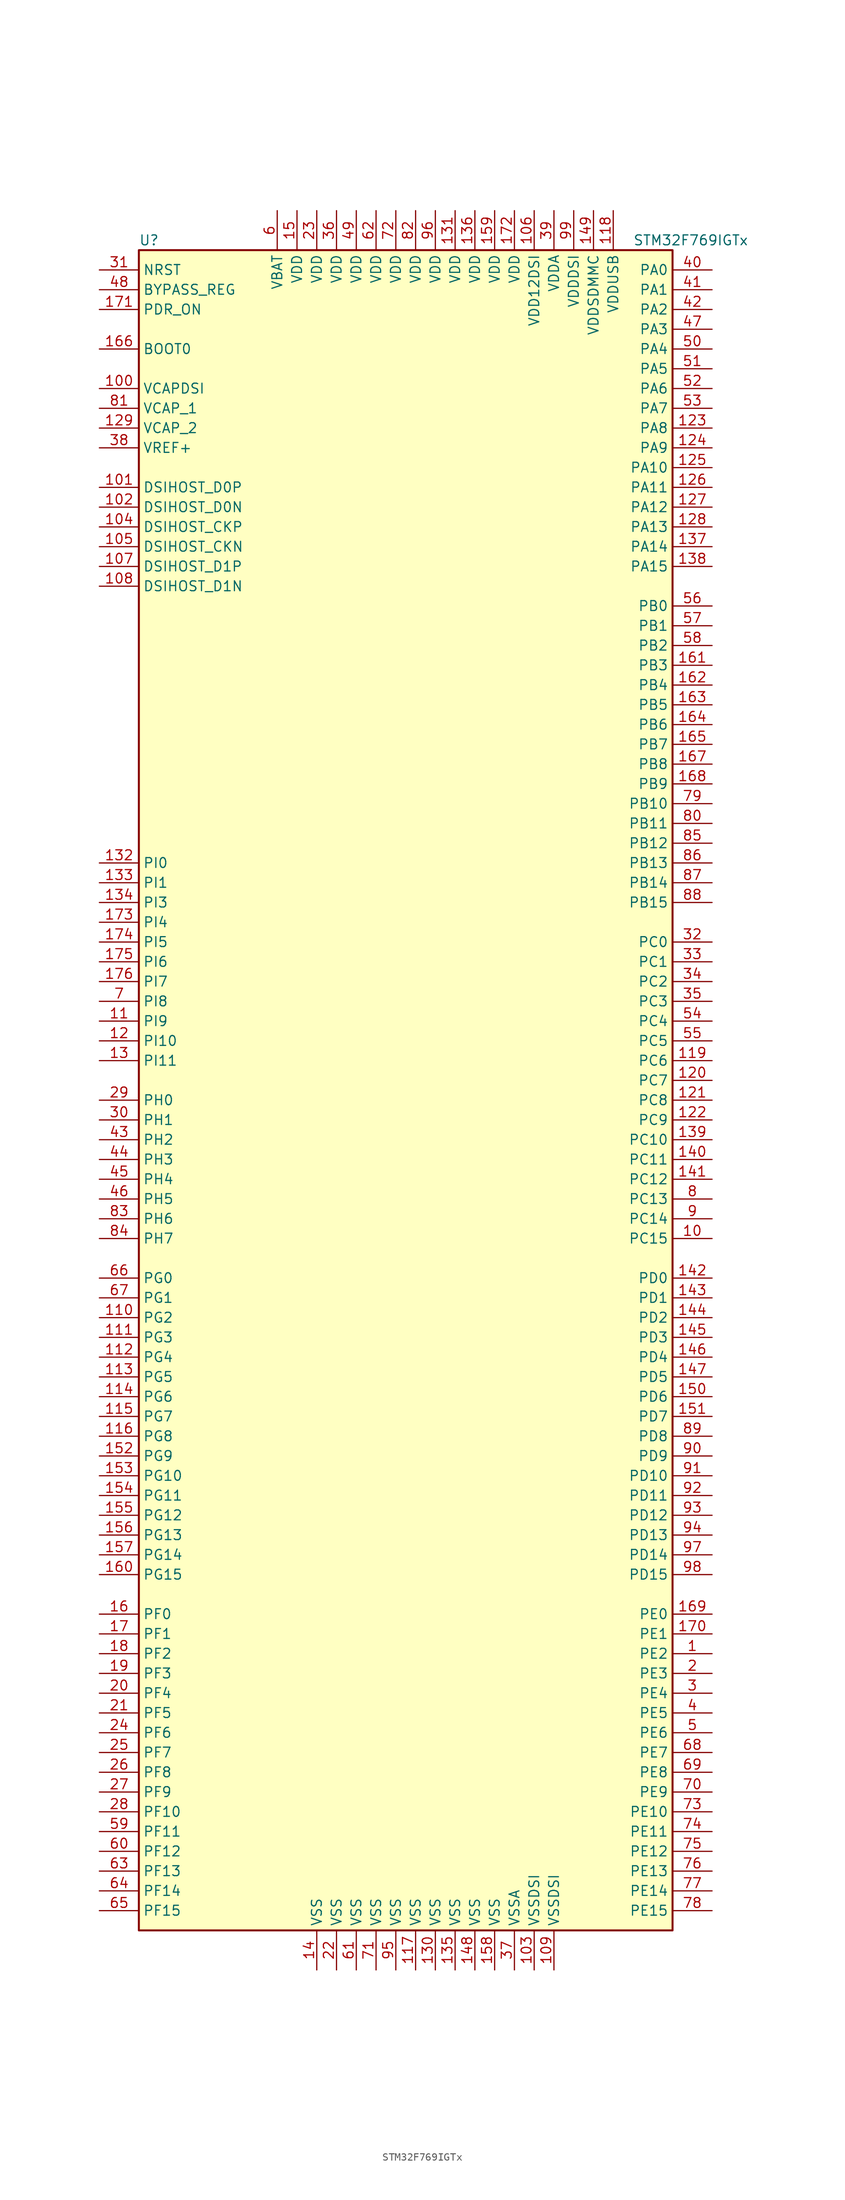
<source format=kicad_sym>
(kicad_symbol_lib
  (version 20211014)
  (generator kicad_symbol_editor)
  (symbol "STM32F769IGTx"
    (property "Reference" "U"
      (at -35.56 107.95 0)
      (effects (font (size 1.27 1.27)) (justify left)))
    (property "Value" "STM32F769IGTx"
      (at 27.94 107.95 0)
      (effects (font (size 1.27 1.27)) (justify left)))
    (symbol "STM32F769IGTx_0_1"
      (rectangle (start -35.56 -109.22) (end 33.02 106.68) (stroke (width 0.254) (type default) (color 0 0 0 0)) (fill (type background))))
    (symbol "STM32F769IGTx_1_1"
      (pin bidirectional line (at 38.1 -73.66 180) (length 5.08) (name "PE2" (effects (font (size 1.27 1.27)))) (number "1" (effects (font (size 1.27 1.27)))))
      (pin bidirectional line (at 38.1 -20.32 180) (length 5.08) (name "PC15" (effects (font (size 1.27 1.27)))) (number "10" (effects (font (size 1.27 1.27)))))
      (pin power_in line (at -40.64 88.9 0) (length 5.08) (name "VCAPDSI" (effects (font (size 1.27 1.27)))) (number "100" (effects (font (size 1.27 1.27)))))
      (pin bidirectional line (at -40.64 76.2 0) (length 5.08) (name "DSIHOST_D0P" (effects (font (size 1.27 1.27)))) (number "101" (effects (font (size 1.27 1.27)))))
      (pin bidirectional line (at -40.64 73.66 0) (length 5.08) (name "DSIHOST_D0N" (effects (font (size 1.27 1.27)))) (number "102" (effects (font (size 1.27 1.27)))))
      (pin power_in line (at 15.24 -114.3 90) (length 5.08) (name "VSSDSI" (effects (font (size 1.27 1.27)))) (number "103" (effects (font (size 1.27 1.27)))))
      (pin bidirectional line (at -40.64 71.12 0) (length 5.08) (name "DSIHOST_CKP" (effects (font (size 1.27 1.27)))) (number "104" (effects (font (size 1.27 1.27)))))
      (pin bidirectional line (at -40.64 68.58 0) (length 5.08) (name "DSIHOST_CKN" (effects (font (size 1.27 1.27)))) (number "105" (effects (font (size 1.27 1.27)))))
      (pin power_in line (at 15.24 111.76 270) (length 5.08) (name "VDD12DSI" (effects (font (size 1.27 1.27)))) (number "106" (effects (font (size 1.27 1.27)))))
      (pin bidirectional line (at -40.64 66.04 0) (length 5.08) (name "DSIHOST_D1P" (effects (font (size 1.27 1.27)))) (number "107" (effects (font (size 1.27 1.27)))))
      (pin bidirectional line (at -40.64 63.5 0) (length 5.08) (name "DSIHOST_D1N" (effects (font (size 1.27 1.27)))) (number "108" (effects (font (size 1.27 1.27)))))
      (pin power_in line (at 17.78 -114.3 90) (length 5.08) (name "VSSDSI" (effects (font (size 1.27 1.27)))) (number "109" (effects (font (size 1.27 1.27)))))
      (pin bidirectional line (at -40.64 7.62 0) (length 5.08) (name "PI9" (effects (font (size 1.27 1.27)))) (number "11" (effects (font (size 1.27 1.27)))))
      (pin bidirectional line (at -40.64 -30.48 0) (length 5.08) (name "PG2" (effects (font (size 1.27 1.27)))) (number "110" (effects (font (size 1.27 1.27)))))
      (pin bidirectional line (at -40.64 -33.02 0) (length 5.08) (name "PG3" (effects (font (size 1.27 1.27)))) (number "111" (effects (font (size 1.27 1.27)))))
      (pin bidirectional line (at -40.64 -35.56 0) (length 5.08) (name "PG4" (effects (font (size 1.27 1.27)))) (number "112" (effects (font (size 1.27 1.27)))))
      (pin bidirectional line (at -40.64 -38.1 0) (length 5.08) (name "PG5" (effects (font (size 1.27 1.27)))) (number "113" (effects (font (size 1.27 1.27)))))
      (pin bidirectional line (at -40.64 -40.64 0) (length 5.08) (name "PG6" (effects (font (size 1.27 1.27)))) (number "114" (effects (font (size 1.27 1.27)))))
      (pin bidirectional line (at -40.64 -43.18 0) (length 5.08) (name "PG7" (effects (font (size 1.27 1.27)))) (number "115" (effects (font (size 1.27 1.27)))))
      (pin bidirectional line (at -40.64 -45.72 0) (length 5.08) (name "PG8" (effects (font (size 1.27 1.27)))) (number "116" (effects (font (size 1.27 1.27)))))
      (pin power_in line (at 0 -114.3 90) (length 5.08) (name "VSS" (effects (font (size 1.27 1.27)))) (number "117" (effects (font (size 1.27 1.27)))))
      (pin power_in line (at 25.4 111.76 270) (length 5.08) (name "VDDUSB" (effects (font (size 1.27 1.27)))) (number "118" (effects (font (size 1.27 1.27)))))
      (pin bidirectional line (at 38.1 2.54 180) (length 5.08) (name "PC6" (effects (font (size 1.27 1.27)))) (number "119" (effects (font (size 1.27 1.27)))))
      (pin bidirectional line (at -40.64 5.08 0) (length 5.08) (name "PI10" (effects (font (size 1.27 1.27)))) (number "12" (effects (font (size 1.27 1.27)))))
      (pin bidirectional line (at 38.1 0 180) (length 5.08) (name "PC7" (effects (font (size 1.27 1.27)))) (number "120" (effects (font (size 1.27 1.27)))))
      (pin bidirectional line (at 38.1 -2.54 180) (length 5.08) (name "PC8" (effects (font (size 1.27 1.27)))) (number "121" (effects (font (size 1.27 1.27)))))
      (pin bidirectional line (at 38.1 -5.08 180) (length 5.08) (name "PC9" (effects (font (size 1.27 1.27)))) (number "122" (effects (font (size 1.27 1.27)))))
      (pin bidirectional line (at 38.1 83.82 180) (length 5.08) (name "PA8" (effects (font (size 1.27 1.27)))) (number "123" (effects (font (size 1.27 1.27)))))
      (pin bidirectional line (at 38.1 81.28 180) (length 5.08) (name "PA9" (effects (font (size 1.27 1.27)))) (number "124" (effects (font (size 1.27 1.27)))))
      (pin bidirectional line (at 38.1 78.74 180) (length 5.08) (name "PA10" (effects (font (size 1.27 1.27)))) (number "125" (effects (font (size 1.27 1.27)))))
      (pin bidirectional line (at 38.1 76.2 180) (length 5.08) (name "PA11" (effects (font (size 1.27 1.27)))) (number "126" (effects (font (size 1.27 1.27)))))
      (pin bidirectional line (at 38.1 73.66 180) (length 5.08) (name "PA12" (effects (font (size 1.27 1.27)))) (number "127" (effects (font (size 1.27 1.27)))))
      (pin bidirectional line (at 38.1 71.12 180) (length 5.08) (name "PA13" (effects (font (size 1.27 1.27)))) (number "128" (effects (font (size 1.27 1.27)))))
      (pin power_in line (at -40.64 83.82 0) (length 5.08) (name "VCAP_2" (effects (font (size 1.27 1.27)))) (number "129" (effects (font (size 1.27 1.27)))))
      (pin bidirectional line (at -40.64 2.54 0) (length 5.08) (name "PI11" (effects (font (size 1.27 1.27)))) (number "13" (effects (font (size 1.27 1.27)))))
      (pin power_in line (at 2.54 -114.3 90) (length 5.08) (name "VSS" (effects (font (size 1.27 1.27)))) (number "130" (effects (font (size 1.27 1.27)))))
      (pin power_in line (at 5.08 111.76 270) (length 5.08) (name "VDD" (effects (font (size 1.27 1.27)))) (number "131" (effects (font (size 1.27 1.27)))))
      (pin bidirectional line (at -40.64 27.94 0) (length 5.08) (name "PI0" (effects (font (size 1.27 1.27)))) (number "132" (effects (font (size 1.27 1.27)))))
      (pin bidirectional line (at -40.64 25.4 0) (length 5.08) (name "PI1" (effects (font (size 1.27 1.27)))) (number "133" (effects (font (size 1.27 1.27)))))
      (pin bidirectional line (at -40.64 22.86 0) (length 5.08) (name "PI3" (effects (font (size 1.27 1.27)))) (number "134" (effects (font (size 1.27 1.27)))))
      (pin power_in line (at 5.08 -114.3 90) (length 5.08) (name "VSS" (effects (font (size 1.27 1.27)))) (number "135" (effects (font (size 1.27 1.27)))))
      (pin power_in line (at 7.62 111.76 270) (length 5.08) (name "VDD" (effects (font (size 1.27 1.27)))) (number "136" (effects (font (size 1.27 1.27)))))
      (pin bidirectional line (at 38.1 68.58 180) (length 5.08) (name "PA14" (effects (font (size 1.27 1.27)))) (number "137" (effects (font (size 1.27 1.27)))))
      (pin bidirectional line (at 38.1 66.04 180) (length 5.08) (name "PA15" (effects (font (size 1.27 1.27)))) (number "138" (effects (font (size 1.27 1.27)))))
      (pin bidirectional line (at 38.1 -7.62 180) (length 5.08) (name "PC10" (effects (font (size 1.27 1.27)))) (number "139" (effects (font (size 1.27 1.27)))))
      (pin power_in line (at -12.7 -114.3 90) (length 5.08) (name "VSS" (effects (font (size 1.27 1.27)))) (number "14" (effects (font (size 1.27 1.27)))))
      (pin bidirectional line (at 38.1 -10.16 180) (length 5.08) (name "PC11" (effects (font (size 1.27 1.27)))) (number "140" (effects (font (size 1.27 1.27)))))
      (pin bidirectional line (at 38.1 -12.7 180) (length 5.08) (name "PC12" (effects (font (size 1.27 1.27)))) (number "141" (effects (font (size 1.27 1.27)))))
      (pin bidirectional line (at 38.1 -25.4 180) (length 5.08) (name "PD0" (effects (font (size 1.27 1.27)))) (number "142" (effects (font (size 1.27 1.27)))))
      (pin bidirectional line (at 38.1 -27.94 180) (length 5.08) (name "PD1" (effects (font (size 1.27 1.27)))) (number "143" (effects (font (size 1.27 1.27)))))
      (pin bidirectional line (at 38.1 -30.48 180) (length 5.08) (name "PD2" (effects (font (size 1.27 1.27)))) (number "144" (effects (font (size 1.27 1.27)))))
      (pin bidirectional line (at 38.1 -33.02 180) (length 5.08) (name "PD3" (effects (font (size 1.27 1.27)))) (number "145" (effects (font (size 1.27 1.27)))))
      (pin bidirectional line (at 38.1 -35.56 180) (length 5.08) (name "PD4" (effects (font (size 1.27 1.27)))) (number "146" (effects (font (size 1.27 1.27)))))
      (pin bidirectional line (at 38.1 -38.1 180) (length 5.08) (name "PD5" (effects (font (size 1.27 1.27)))) (number "147" (effects (font (size 1.27 1.27)))))
      (pin power_in line (at 7.62 -114.3 90) (length 5.08) (name "VSS" (effects (font (size 1.27 1.27)))) (number "148" (effects (font (size 1.27 1.27)))))
      (pin power_in line (at 22.86 111.76 270) (length 5.08) (name "VDDSDMMC" (effects (font (size 1.27 1.27)))) (number "149" (effects (font (size 1.27 1.27)))))
      (pin power_in line (at -15.24 111.76 270) (length 5.08) (name "VDD" (effects (font (size 1.27 1.27)))) (number "15" (effects (font (size 1.27 1.27)))))
      (pin bidirectional line (at 38.1 -40.64 180) (length 5.08) (name "PD6" (effects (font (size 1.27 1.27)))) (number "150" (effects (font (size 1.27 1.27)))))
      (pin bidirectional line (at 38.1 -43.18 180) (length 5.08) (name "PD7" (effects (font (size 1.27 1.27)))) (number "151" (effects (font (size 1.27 1.27)))))
      (pin bidirectional line (at -40.64 -48.26 0) (length 5.08) (name "PG9" (effects (font (size 1.27 1.27)))) (number "152" (effects (font (size 1.27 1.27)))))
      (pin bidirectional line (at -40.64 -50.8 0) (length 5.08) (name "PG10" (effects (font (size 1.27 1.27)))) (number "153" (effects (font (size 1.27 1.27)))))
      (pin bidirectional line (at -40.64 -53.34 0) (length 5.08) (name "PG11" (effects (font (size 1.27 1.27)))) (number "154" (effects (font (size 1.27 1.27)))))
      (pin bidirectional line (at -40.64 -55.88 0) (length 5.08) (name "PG12" (effects (font (size 1.27 1.27)))) (number "155" (effects (font (size 1.27 1.27)))))
      (pin bidirectional line (at -40.64 -58.42 0) (length 5.08) (name "PG13" (effects (font (size 1.27 1.27)))) (number "156" (effects (font (size 1.27 1.27)))))
      (pin bidirectional line (at -40.64 -60.96 0) (length 5.08) (name "PG14" (effects (font (size 1.27 1.27)))) (number "157" (effects (font (size 1.27 1.27)))))
      (pin power_in line (at 10.16 -114.3 90) (length 5.08) (name "VSS" (effects (font (size 1.27 1.27)))) (number "158" (effects (font (size 1.27 1.27)))))
      (pin power_in line (at 10.16 111.76 270) (length 5.08) (name "VDD" (effects (font (size 1.27 1.27)))) (number "159" (effects (font (size 1.27 1.27)))))
      (pin bidirectional line (at -40.64 -68.58 0) (length 5.08) (name "PF0" (effects (font (size 1.27 1.27)))) (number "16" (effects (font (size 1.27 1.27)))))
      (pin bidirectional line (at -40.64 -63.5 0) (length 5.08) (name "PG15" (effects (font (size 1.27 1.27)))) (number "160" (effects (font (size 1.27 1.27)))))
      (pin bidirectional line (at 38.1 53.34 180) (length 5.08) (name "PB3" (effects (font (size 1.27 1.27)))) (number "161" (effects (font (size 1.27 1.27)))))
      (pin bidirectional line (at 38.1 50.8 180) (length 5.08) (name "PB4" (effects (font (size 1.27 1.27)))) (number "162" (effects (font (size 1.27 1.27)))))
      (pin bidirectional line (at 38.1 48.26 180) (length 5.08) (name "PB5" (effects (font (size 1.27 1.27)))) (number "163" (effects (font (size 1.27 1.27)))))
      (pin bidirectional line (at 38.1 45.72 180) (length 5.08) (name "PB6" (effects (font (size 1.27 1.27)))) (number "164" (effects (font (size 1.27 1.27)))))
      (pin bidirectional line (at 38.1 43.18 180) (length 5.08) (name "PB7" (effects (font (size 1.27 1.27)))) (number "165" (effects (font (size 1.27 1.27)))))
      (pin input line (at -40.64 93.98 0) (length 5.08) (name "BOOT0" (effects (font (size 1.27 1.27)))) (number "166" (effects (font (size 1.27 1.27)))))
      (pin bidirectional line (at 38.1 40.64 180) (length 5.08) (name "PB8" (effects (font (size 1.27 1.27)))) (number "167" (effects (font (size 1.27 1.27)))))
      (pin bidirectional line (at 38.1 38.1 180) (length 5.08) (name "PB9" (effects (font (size 1.27 1.27)))) (number "168" (effects (font (size 1.27 1.27)))))
      (pin bidirectional line (at 38.1 -68.58 180) (length 5.08) (name "PE0" (effects (font (size 1.27 1.27)))) (number "169" (effects (font (size 1.27 1.27)))))
      (pin bidirectional line (at -40.64 -71.12 0) (length 5.08) (name "PF1" (effects (font (size 1.27 1.27)))) (number "17" (effects (font (size 1.27 1.27)))))
      (pin bidirectional line (at 38.1 -71.12 180) (length 5.08) (name "PE1" (effects (font (size 1.27 1.27)))) (number "170" (effects (font (size 1.27 1.27)))))
      (pin input line (at -40.64 99.06 0) (length 5.08) (name "PDR_ON" (effects (font (size 1.27 1.27)))) (number "171" (effects (font (size 1.27 1.27)))))
      (pin power_in line (at 12.7 111.76 270) (length 5.08) (name "VDD" (effects (font (size 1.27 1.27)))) (number "172" (effects (font (size 1.27 1.27)))))
      (pin bidirectional line (at -40.64 20.32 0) (length 5.08) (name "PI4" (effects (font (size 1.27 1.27)))) (number "173" (effects (font (size 1.27 1.27)))))
      (pin bidirectional line (at -40.64 17.78 0) (length 5.08) (name "PI5" (effects (font (size 1.27 1.27)))) (number "174" (effects (font (size 1.27 1.27)))))
      (pin bidirectional line (at -40.64 15.24 0) (length 5.08) (name "PI6" (effects (font (size 1.27 1.27)))) (number "175" (effects (font (size 1.27 1.27)))))
      (pin bidirectional line (at -40.64 12.7 0) (length 5.08) (name "PI7" (effects (font (size 1.27 1.27)))) (number "176" (effects (font (size 1.27 1.27)))))
      (pin bidirectional line (at -40.64 -73.66 0) (length 5.08) (name "PF2" (effects (font (size 1.27 1.27)))) (number "18" (effects (font (size 1.27 1.27)))))
      (pin bidirectional line (at -40.64 -76.2 0) (length 5.08) (name "PF3" (effects (font (size 1.27 1.27)))) (number "19" (effects (font (size 1.27 1.27)))))
      (pin bidirectional line (at 38.1 -76.2 180) (length 5.08) (name "PE3" (effects (font (size 1.27 1.27)))) (number "2" (effects (font (size 1.27 1.27)))))
      (pin bidirectional line (at -40.64 -78.74 0) (length 5.08) (name "PF4" (effects (font (size 1.27 1.27)))) (number "20" (effects (font (size 1.27 1.27)))))
      (pin bidirectional line (at -40.64 -81.28 0) (length 5.08) (name "PF5" (effects (font (size 1.27 1.27)))) (number "21" (effects (font (size 1.27 1.27)))))
      (pin power_in line (at -10.16 -114.3 90) (length 5.08) (name "VSS" (effects (font (size 1.27 1.27)))) (number "22" (effects (font (size 1.27 1.27)))))
      (pin power_in line (at -12.7 111.76 270) (length 5.08) (name "VDD" (effects (font (size 1.27 1.27)))) (number "23" (effects (font (size 1.27 1.27)))))
      (pin bidirectional line (at -40.64 -83.82 0) (length 5.08) (name "PF6" (effects (font (size 1.27 1.27)))) (number "24" (effects (font (size 1.27 1.27)))))
      (pin bidirectional line (at -40.64 -86.36 0) (length 5.08) (name "PF7" (effects (font (size 1.27 1.27)))) (number "25" (effects (font (size 1.27 1.27)))))
      (pin bidirectional line (at -40.64 -88.9 0) (length 5.08) (name "PF8" (effects (font (size 1.27 1.27)))) (number "26" (effects (font (size 1.27 1.27)))))
      (pin bidirectional line (at -40.64 -91.44 0) (length 5.08) (name "PF9" (effects (font (size 1.27 1.27)))) (number "27" (effects (font (size 1.27 1.27)))))
      (pin bidirectional line (at -40.64 -93.98 0) (length 5.08) (name "PF10" (effects (font (size 1.27 1.27)))) (number "28" (effects (font (size 1.27 1.27)))))
      (pin input line (at -40.64 -2.54 0) (length 5.08) (name "PH0" (effects (font (size 1.27 1.27)))) (number "29" (effects (font (size 1.27 1.27)))))
      (pin bidirectional line (at 38.1 -78.74 180) (length 5.08) (name "PE4" (effects (font (size 1.27 1.27)))) (number "3" (effects (font (size 1.27 1.27)))))
      (pin input line (at -40.64 -5.08 0) (length 5.08) (name "PH1" (effects (font (size 1.27 1.27)))) (number "30" (effects (font (size 1.27 1.27)))))
      (pin input line (at -40.64 104.14 0) (length 5.08) (name "NRST" (effects (font (size 1.27 1.27)))) (number "31" (effects (font (size 1.27 1.27)))))
      (pin bidirectional line (at 38.1 17.78 180) (length 5.08) (name "PC0" (effects (font (size 1.27 1.27)))) (number "32" (effects (font (size 1.27 1.27)))))
      (pin bidirectional line (at 38.1 15.24 180) (length 5.08) (name "PC1" (effects (font (size 1.27 1.27)))) (number "33" (effects (font (size 1.27 1.27)))))
      (pin bidirectional line (at 38.1 12.7 180) (length 5.08) (name "PC2" (effects (font (size 1.27 1.27)))) (number "34" (effects (font (size 1.27 1.27)))))
      (pin bidirectional line (at 38.1 10.16 180) (length 5.08) (name "PC3" (effects (font (size 1.27 1.27)))) (number "35" (effects (font (size 1.27 1.27)))))
      (pin power_in line (at -10.16 111.76 270) (length 5.08) (name "VDD" (effects (font (size 1.27 1.27)))) (number "36" (effects (font (size 1.27 1.27)))))
      (pin power_in line (at 12.7 -114.3 90) (length 5.08) (name "VSSA" (effects (font (size 1.27 1.27)))) (number "37" (effects (font (size 1.27 1.27)))))
      (pin power_in line (at -40.64 81.28 0) (length 5.08) (name "VREF+" (effects (font (size 1.27 1.27)))) (number "38" (effects (font (size 1.27 1.27)))))
      (pin power_in line (at 17.78 111.76 270) (length 5.08) (name "VDDA" (effects (font (size 1.27 1.27)))) (number "39" (effects (font (size 1.27 1.27)))))
      (pin bidirectional line (at 38.1 -81.28 180) (length 5.08) (name "PE5" (effects (font (size 1.27 1.27)))) (number "4" (effects (font (size 1.27 1.27)))))
      (pin bidirectional line (at 38.1 104.14 180) (length 5.08) (name "PA0" (effects (font (size 1.27 1.27)))) (number "40" (effects (font (size 1.27 1.27)))))
      (pin bidirectional line (at 38.1 101.6 180) (length 5.08) (name "PA1" (effects (font (size 1.27 1.27)))) (number "41" (effects (font (size 1.27 1.27)))))
      (pin bidirectional line (at 38.1 99.06 180) (length 5.08) (name "PA2" (effects (font (size 1.27 1.27)))) (number "42" (effects (font (size 1.27 1.27)))))
      (pin bidirectional line (at -40.64 -7.62 0) (length 5.08) (name "PH2" (effects (font (size 1.27 1.27)))) (number "43" (effects (font (size 1.27 1.27)))))
      (pin bidirectional line (at -40.64 -10.16 0) (length 5.08) (name "PH3" (effects (font (size 1.27 1.27)))) (number "44" (effects (font (size 1.27 1.27)))))
      (pin bidirectional line (at -40.64 -12.7 0) (length 5.08) (name "PH4" (effects (font (size 1.27 1.27)))) (number "45" (effects (font (size 1.27 1.27)))))
      (pin bidirectional line (at -40.64 -15.24 0) (length 5.08) (name "PH5" (effects (font (size 1.27 1.27)))) (number "46" (effects (font (size 1.27 1.27)))))
      (pin bidirectional line (at 38.1 96.52 180) (length 5.08) (name "PA3" (effects (font (size 1.27 1.27)))) (number "47" (effects (font (size 1.27 1.27)))))
      (pin input line (at -40.64 101.6 0) (length 5.08) (name "BYPASS_REG" (effects (font (size 1.27 1.27)))) (number "48" (effects (font (size 1.27 1.27)))))
      (pin power_in line (at -7.62 111.76 270) (length 5.08) (name "VDD" (effects (font (size 1.27 1.27)))) (number "49" (effects (font (size 1.27 1.27)))))
      (pin bidirectional line (at 38.1 -83.82 180) (length 5.08) (name "PE6" (effects (font (size 1.27 1.27)))) (number "5" (effects (font (size 1.27 1.27)))))
      (pin bidirectional line (at 38.1 93.98 180) (length 5.08) (name "PA4" (effects (font (size 1.27 1.27)))) (number "50" (effects (font (size 1.27 1.27)))))
      (pin bidirectional line (at 38.1 91.44 180) (length 5.08) (name "PA5" (effects (font (size 1.27 1.27)))) (number "51" (effects (font (size 1.27 1.27)))))
      (pin bidirectional line (at 38.1 88.9 180) (length 5.08) (name "PA6" (effects (font (size 1.27 1.27)))) (number "52" (effects (font (size 1.27 1.27)))))
      (pin bidirectional line (at 38.1 86.36 180) (length 5.08) (name "PA7" (effects (font (size 1.27 1.27)))) (number "53" (effects (font (size 1.27 1.27)))))
      (pin bidirectional line (at 38.1 7.62 180) (length 5.08) (name "PC4" (effects (font (size 1.27 1.27)))) (number "54" (effects (font (size 1.27 1.27)))))
      (pin bidirectional line (at 38.1 5.08 180) (length 5.08) (name "PC5" (effects (font (size 1.27 1.27)))) (number "55" (effects (font (size 1.27 1.27)))))
      (pin bidirectional line (at 38.1 60.96 180) (length 5.08) (name "PB0" (effects (font (size 1.27 1.27)))) (number "56" (effects (font (size 1.27 1.27)))))
      (pin bidirectional line (at 38.1 58.42 180) (length 5.08) (name "PB1" (effects (font (size 1.27 1.27)))) (number "57" (effects (font (size 1.27 1.27)))))
      (pin bidirectional line (at 38.1 55.88 180) (length 5.08) (name "PB2" (effects (font (size 1.27 1.27)))) (number "58" (effects (font (size 1.27 1.27)))))
      (pin bidirectional line (at -40.64 -96.52 0) (length 5.08) (name "PF11" (effects (font (size 1.27 1.27)))) (number "59" (effects (font (size 1.27 1.27)))))
      (pin power_in line (at -17.78 111.76 270) (length 5.08) (name "VBAT" (effects (font (size 1.27 1.27)))) (number "6" (effects (font (size 1.27 1.27)))))
      (pin bidirectional line (at -40.64 -99.06 0) (length 5.08) (name "PF12" (effects (font (size 1.27 1.27)))) (number "60" (effects (font (size 1.27 1.27)))))
      (pin power_in line (at -7.62 -114.3 90) (length 5.08) (name "VSS" (effects (font (size 1.27 1.27)))) (number "61" (effects (font (size 1.27 1.27)))))
      (pin power_in line (at -5.08 111.76 270) (length 5.08) (name "VDD" (effects (font (size 1.27 1.27)))) (number "62" (effects (font (size 1.27 1.27)))))
      (pin bidirectional line (at -40.64 -101.6 0) (length 5.08) (name "PF13" (effects (font (size 1.27 1.27)))) (number "63" (effects (font (size 1.27 1.27)))))
      (pin bidirectional line (at -40.64 -104.14 0) (length 5.08) (name "PF14" (effects (font (size 1.27 1.27)))) (number "64" (effects (font (size 1.27 1.27)))))
      (pin bidirectional line (at -40.64 -106.68 0) (length 5.08) (name "PF15" (effects (font (size 1.27 1.27)))) (number "65" (effects (font (size 1.27 1.27)))))
      (pin bidirectional line (at -40.64 -25.4 0) (length 5.08) (name "PG0" (effects (font (size 1.27 1.27)))) (number "66" (effects (font (size 1.27 1.27)))))
      (pin bidirectional line (at -40.64 -27.94 0) (length 5.08) (name "PG1" (effects (font (size 1.27 1.27)))) (number "67" (effects (font (size 1.27 1.27)))))
      (pin bidirectional line (at 38.1 -86.36 180) (length 5.08) (name "PE7" (effects (font (size 1.27 1.27)))) (number "68" (effects (font (size 1.27 1.27)))))
      (pin bidirectional line (at 38.1 -88.9 180) (length 5.08) (name "PE8" (effects (font (size 1.27 1.27)))) (number "69" (effects (font (size 1.27 1.27)))))
      (pin bidirectional line (at -40.64 10.16 0) (length 5.08) (name "PI8" (effects (font (size 1.27 1.27)))) (number "7" (effects (font (size 1.27 1.27)))))
      (pin bidirectional line (at 38.1 -91.44 180) (length 5.08) (name "PE9" (effects (font (size 1.27 1.27)))) (number "70" (effects (font (size 1.27 1.27)))))
      (pin power_in line (at -5.08 -114.3 90) (length 5.08) (name "VSS" (effects (font (size 1.27 1.27)))) (number "71" (effects (font (size 1.27 1.27)))))
      (pin power_in line (at -2.54 111.76 270) (length 5.08) (name "VDD" (effects (font (size 1.27 1.27)))) (number "72" (effects (font (size 1.27 1.27)))))
      (pin bidirectional line (at 38.1 -93.98 180) (length 5.08) (name "PE10" (effects (font (size 1.27 1.27)))) (number "73" (effects (font (size 1.27 1.27)))))
      (pin bidirectional line (at 38.1 -96.52 180) (length 5.08) (name "PE11" (effects (font (size 1.27 1.27)))) (number "74" (effects (font (size 1.27 1.27)))))
      (pin bidirectional line (at 38.1 -99.06 180) (length 5.08) (name "PE12" (effects (font (size 1.27 1.27)))) (number "75" (effects (font (size 1.27 1.27)))))
      (pin bidirectional line (at 38.1 -101.6 180) (length 5.08) (name "PE13" (effects (font (size 1.27 1.27)))) (number "76" (effects (font (size 1.27 1.27)))))
      (pin bidirectional line (at 38.1 -104.14 180) (length 5.08) (name "PE14" (effects (font (size 1.27 1.27)))) (number "77" (effects (font (size 1.27 1.27)))))
      (pin bidirectional line (at 38.1 -106.68 180) (length 5.08) (name "PE15" (effects (font (size 1.27 1.27)))) (number "78" (effects (font (size 1.27 1.27)))))
      (pin bidirectional line (at 38.1 35.56 180) (length 5.08) (name "PB10" (effects (font (size 1.27 1.27)))) (number "79" (effects (font (size 1.27 1.27)))))
      (pin bidirectional line (at 38.1 -15.24 180) (length 5.08) (name "PC13" (effects (font (size 1.27 1.27)))) (number "8" (effects (font (size 1.27 1.27)))))
      (pin bidirectional line (at 38.1 33.02 180) (length 5.08) (name "PB11" (effects (font (size 1.27 1.27)))) (number "80" (effects (font (size 1.27 1.27)))))
      (pin power_in line (at -40.64 86.36 0) (length 5.08) (name "VCAP_1" (effects (font (size 1.27 1.27)))) (number "81" (effects (font (size 1.27 1.27)))))
      (pin power_in line (at 0 111.76 270) (length 5.08) (name "VDD" (effects (font (size 1.27 1.27)))) (number "82" (effects (font (size 1.27 1.27)))))
      (pin bidirectional line (at -40.64 -17.78 0) (length 5.08) (name "PH6" (effects (font (size 1.27 1.27)))) (number "83" (effects (font (size 1.27 1.27)))))
      (pin bidirectional line (at -40.64 -20.32 0) (length 5.08) (name "PH7" (effects (font (size 1.27 1.27)))) (number "84" (effects (font (size 1.27 1.27)))))
      (pin bidirectional line (at 38.1 30.48 180) (length 5.08) (name "PB12" (effects (font (size 1.27 1.27)))) (number "85" (effects (font (size 1.27 1.27)))))
      (pin bidirectional line (at 38.1 27.94 180) (length 5.08) (name "PB13" (effects (font (size 1.27 1.27)))) (number "86" (effects (font (size 1.27 1.27)))))
      (pin bidirectional line (at 38.1 25.4 180) (length 5.08) (name "PB14" (effects (font (size 1.27 1.27)))) (number "87" (effects (font (size 1.27 1.27)))))
      (pin bidirectional line (at 38.1 22.86 180) (length 5.08) (name "PB15" (effects (font (size 1.27 1.27)))) (number "88" (effects (font (size 1.27 1.27)))))
      (pin bidirectional line (at 38.1 -45.72 180) (length 5.08) (name "PD8" (effects (font (size 1.27 1.27)))) (number "89" (effects (font (size 1.27 1.27)))))
      (pin bidirectional line (at 38.1 -17.78 180) (length 5.08) (name "PC14" (effects (font (size 1.27 1.27)))) (number "9" (effects (font (size 1.27 1.27)))))
      (pin bidirectional line (at 38.1 -48.26 180) (length 5.08) (name "PD9" (effects (font (size 1.27 1.27)))) (number "90" (effects (font (size 1.27 1.27)))))
      (pin bidirectional line (at 38.1 -50.8 180) (length 5.08) (name "PD10" (effects (font (size 1.27 1.27)))) (number "91" (effects (font (size 1.27 1.27)))))
      (pin bidirectional line (at 38.1 -53.34 180) (length 5.08) (name "PD11" (effects (font (size 1.27 1.27)))) (number "92" (effects (font (size 1.27 1.27)))))
      (pin bidirectional line (at 38.1 -55.88 180) (length 5.08) (name "PD12" (effects (font (size 1.27 1.27)))) (number "93" (effects (font (size 1.27 1.27)))))
      (pin bidirectional line (at 38.1 -58.42 180) (length 5.08) (name "PD13" (effects (font (size 1.27 1.27)))) (number "94" (effects (font (size 1.27 1.27)))))
      (pin power_in line (at -2.54 -114.3 90) (length 5.08) (name "VSS" (effects (font (size 1.27 1.27)))) (number "95" (effects (font (size 1.27 1.27)))))
      (pin power_in line (at 2.54 111.76 270) (length 5.08) (name "VDD" (effects (font (size 1.27 1.27)))) (number "96" (effects (font (size 1.27 1.27)))))
      (pin bidirectional line (at 38.1 -60.96 180) (length 5.08) (name "PD14" (effects (font (size 1.27 1.27)))) (number "97" (effects (font (size 1.27 1.27)))))
      (pin bidirectional line (at 38.1 -63.5 180) (length 5.08) (name "PD15" (effects (font (size 1.27 1.27)))) (number "98" (effects (font (size 1.27 1.27)))))
      (pin power_in line (at 20.32 111.76 270) (length 5.08) (name "VDDDSI" (effects (font (size 1.27 1.27)))) (number "99" (effects (font (size 1.27 1.27))))))))
</source>
